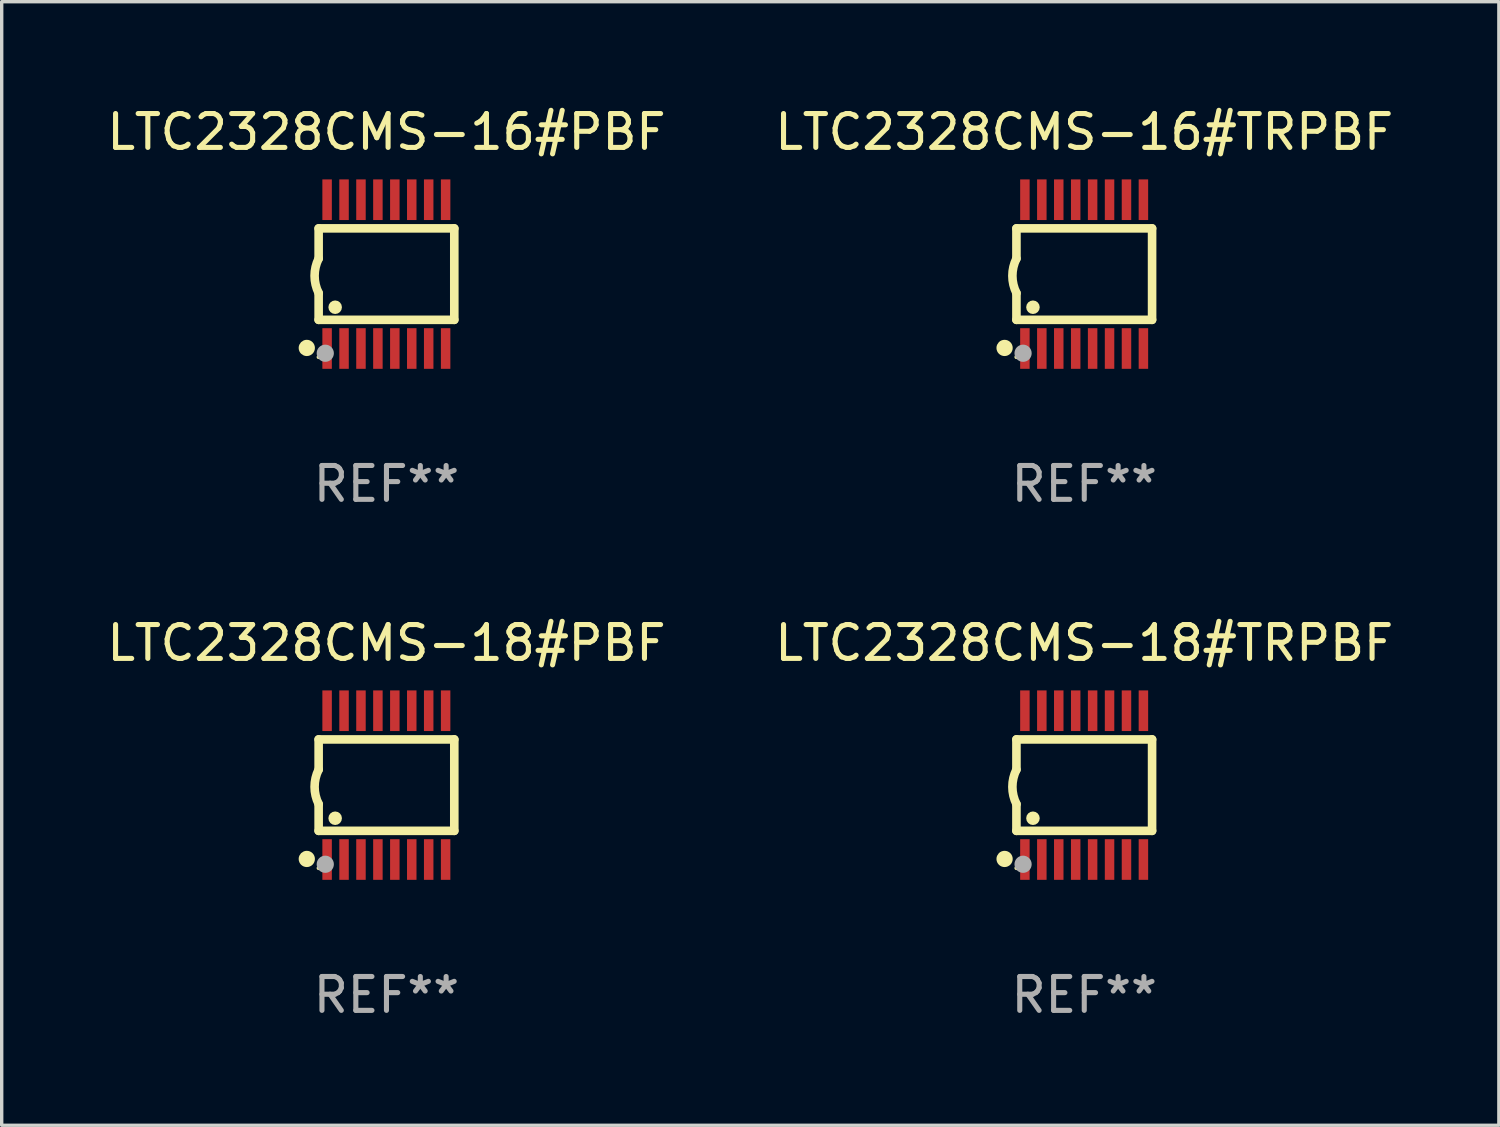
<source format=kicad_pcb>
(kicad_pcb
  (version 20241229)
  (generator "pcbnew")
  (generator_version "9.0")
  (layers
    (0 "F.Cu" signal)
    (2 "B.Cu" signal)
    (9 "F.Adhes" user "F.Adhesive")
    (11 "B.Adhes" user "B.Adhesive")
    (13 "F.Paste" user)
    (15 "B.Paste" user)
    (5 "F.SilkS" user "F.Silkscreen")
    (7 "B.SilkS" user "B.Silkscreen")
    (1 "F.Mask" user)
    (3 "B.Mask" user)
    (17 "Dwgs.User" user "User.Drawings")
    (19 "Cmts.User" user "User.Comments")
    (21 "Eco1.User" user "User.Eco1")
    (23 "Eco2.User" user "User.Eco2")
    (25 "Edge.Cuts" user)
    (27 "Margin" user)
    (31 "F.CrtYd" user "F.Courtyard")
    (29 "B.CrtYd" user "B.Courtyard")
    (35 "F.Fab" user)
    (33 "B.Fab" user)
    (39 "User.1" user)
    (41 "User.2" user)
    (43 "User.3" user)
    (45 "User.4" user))
  (footprint "LTC2328CMS-16#PBF"
    (layer "F.Cu")
    (at 8.363 5.045)
    (property "Reference" "LTC2328CMS-16#PBF" (at 0 -4.197 0) (layer "F.SilkS") (effects (font (size 1 1) (thickness 0.15))))
    (attr through_hole)
    (fp_line (start -2.003 -1.35) (end -2.003 -0.457) (stroke (width 0.254) (type solid)) (layer "F.SilkS"))
    (fp_line (start -2.003 -1.35) (end 2.003 -1.35) (stroke (width 0.254) (type solid)) (layer "F.SilkS"))
    (fp_line (start -2.003 1.35) (end -2.003 0.559) (stroke (width 0.254) (type solid)) (layer "F.SilkS"))
    (fp_line (start -2.003 1.35) (end 2.003 1.35) (stroke (width 0.254) (type solid)) (layer "F.SilkS"))
    (fp_line (start 2.003 -1.35) (end 2.003 1.35) (stroke (width 0.254) (type solid)) (layer "F.SilkS"))
    (fp_arc (start -2.002286 0.558802) (mid -2.122556 0.05092) (end -2.003302 -0.457201) (stroke (width 0.254001) (type solid)) (layer "F.SilkS"))
    (fp_circle (center -2.353 2.18) (end -2.233 2.18) (stroke (width 0.24) (type solid)) (fill no) (layer "F.SilkS"))
    (fp_circle (center -2.003 2.45) (end -1.973 2.45) (stroke (width 0.06) (type solid)) (fill no) (layer "F.SilkS"))
    (fp_circle (center -1.515 0.978) (end -1.415 0.978) (stroke (width 0.2) (type solid)) (fill no) (layer "F.SilkS"))
    (fp_circle (center -1.807 2.337) (end -1.68 2.337) (stroke (width 0.254) (type solid)) (fill no) (layer "F.Fab"))
    (fp_text user "REF**" (at 0 6.197 0) (layer "F.Fab") (effects (font (size 1 1) (thickness 0.15))))
    (pad "1" smd rect (at -1.753 2.197 90) (size 1.2 0.28) (layers "F.Cu" "F.Mask" "F.Paste"))
    (pad "2" smd rect (at -1.253 2.197 90) (size 1.2 0.28) (layers "F.Cu" "F.Mask" "F.Paste"))
    (pad "3" smd rect (at -0.753 2.197 90) (size 1.2 0.28) (layers "F.Cu" "F.Mask" "F.Paste"))
    (pad "4" smd rect (at -0.253 2.197 90) (size 1.2 0.28) (layers "F.Cu" "F.Mask" "F.Paste"))
    (pad "5" smd rect (at 0.247 2.197 90) (size 1.2 0.28) (layers "F.Cu" "F.Mask" "F.Paste"))
    (pad "6" smd rect (at 0.747 2.197 90) (size 1.2 0.28) (layers "F.Cu" "F.Mask" "F.Paste"))
    (pad "7" smd rect (at 1.247 2.197 90) (size 1.2 0.28) (layers "F.Cu" "F.Mask" "F.Paste"))
    (pad "8" smd rect (at 1.747 2.197 90) (size 1.2 0.28) (layers "F.Cu" "F.Mask" "F.Paste"))
    (pad "9" smd rect (at 1.747 -2.197 90) (size 1.2 0.28) (layers "F.Cu" "F.Mask" "F.Paste"))
    (pad "10" smd rect (at 1.247 -2.197 90) (size 1.2 0.28) (layers "F.Cu" "F.Mask" "F.Paste"))
    (pad "11" smd rect (at 0.747 -2.197 90) (size 1.2 0.28) (layers "F.Cu" "F.Mask" "F.Paste"))
    (pad "12" smd rect (at 0.247 -2.197 90) (size 1.2 0.28) (layers "F.Cu" "F.Mask" "F.Paste"))
    (pad "13" smd rect (at -0.253 -2.197 90) (size 1.2 0.28) (layers "F.Cu" "F.Mask" "F.Paste"))
    (pad "14" smd rect (at -0.753 -2.197 90) (size 1.2 0.28) (layers "F.Cu" "F.Mask" "F.Paste"))
    (pad "15" smd rect (at -1.253 -2.197 90) (size 1.2 0.28) (layers "F.Cu" "F.Mask" "F.Paste"))
    (pad "16" smd rect (at -1.753 -2.197 90) (size 1.2 0.28) (layers "F.Cu" "F.Mask" "F.Paste")))
  (footprint "LTC2328CMS-16#TRPBF"
    (layer "F.Cu")
    (at 28.97 5.045)
    (property "Reference" "LTC2328CMS-16#TRPBF" (at 0 -4.197 0) (layer "F.SilkS") (effects (font (size 1 1) (thickness 0.15))))
    (attr through_hole)
    (fp_line (start -2.003 -1.35) (end -2.003 -0.457) (stroke (width 0.254) (type solid)) (layer "F.SilkS"))
    (fp_line (start -2.003 -1.35) (end 2.003 -1.35) (stroke (width 0.254) (type solid)) (layer "F.SilkS"))
    (fp_line (start -2.003 1.35) (end -2.003 0.559) (stroke (width 0.254) (type solid)) (layer "F.SilkS"))
    (fp_line (start -2.003 1.35) (end 2.003 1.35) (stroke (width 0.254) (type solid)) (layer "F.SilkS"))
    (fp_line (start 2.003 -1.35) (end 2.003 1.35) (stroke (width 0.254) (type solid)) (layer "F.SilkS"))
    (fp_arc (start -2.002286 0.558802) (mid -2.122556 0.05092) (end -2.003302 -0.457201) (stroke (width 0.254001) (type solid)) (layer "F.SilkS"))
    (fp_circle (center -2.353 2.18) (end -2.233 2.18) (stroke (width 0.24) (type solid)) (fill no) (layer "F.SilkS"))
    (fp_circle (center -2.003 2.45) (end -1.973 2.45) (stroke (width 0.06) (type solid)) (fill no) (layer "F.SilkS"))
    (fp_circle (center -1.515 0.978) (end -1.415 0.978) (stroke (width 0.2) (type solid)) (fill no) (layer "F.SilkS"))
    (fp_circle (center -1.807 2.337) (end -1.68 2.337) (stroke (width 0.254) (type solid)) (fill no) (layer "F.Fab"))
    (fp_text user "REF**" (at 0 6.197 0) (layer "F.Fab") (effects (font (size 1 1) (thickness 0.15))))
    (pad "1" smd rect (at -1.753 2.197 90) (size 1.2 0.28) (layers "F.Cu" "F.Mask" "F.Paste"))
    (pad "2" smd rect (at -1.253 2.197 90) (size 1.2 0.28) (layers "F.Cu" "F.Mask" "F.Paste"))
    (pad "3" smd rect (at -0.753 2.197 90) (size 1.2 0.28) (layers "F.Cu" "F.Mask" "F.Paste"))
    (pad "4" smd rect (at -0.253 2.197 90) (size 1.2 0.28) (layers "F.Cu" "F.Mask" "F.Paste"))
    (pad "5" smd rect (at 0.247 2.197 90) (size 1.2 0.28) (layers "F.Cu" "F.Mask" "F.Paste"))
    (pad "6" smd rect (at 0.747 2.197 90) (size 1.2 0.28) (layers "F.Cu" "F.Mask" "F.Paste"))
    (pad "7" smd rect (at 1.247 2.197 90) (size 1.2 0.28) (layers "F.Cu" "F.Mask" "F.Paste"))
    (pad "8" smd rect (at 1.747 2.197 90) (size 1.2 0.28) (layers "F.Cu" "F.Mask" "F.Paste"))
    (pad "9" smd rect (at 1.747 -2.197 90) (size 1.2 0.28) (layers "F.Cu" "F.Mask" "F.Paste"))
    (pad "10" smd rect (at 1.247 -2.197 90) (size 1.2 0.28) (layers "F.Cu" "F.Mask" "F.Paste"))
    (pad "11" smd rect (at 0.747 -2.197 90) (size 1.2 0.28) (layers "F.Cu" "F.Mask" "F.Paste"))
    (pad "12" smd rect (at 0.247 -2.197 90) (size 1.2 0.28) (layers "F.Cu" "F.Mask" "F.Paste"))
    (pad "13" smd rect (at -0.253 -2.197 90) (size 1.2 0.28) (layers "F.Cu" "F.Mask" "F.Paste"))
    (pad "14" smd rect (at -0.753 -2.197 90) (size 1.2 0.28) (layers "F.Cu" "F.Mask" "F.Paste"))
    (pad "15" smd rect (at -1.253 -2.197 90) (size 1.2 0.28) (layers "F.Cu" "F.Mask" "F.Paste"))
    (pad "16" smd rect (at -1.753 -2.197 90) (size 1.2 0.28) (layers "F.Cu" "F.Mask" "F.Paste")))
  (footprint "LTC2328CMS-18#TRPBF"
    (layer "F.Cu")
    (at 28.97 20.136)
    (property "Reference" "LTC2328CMS-18#TRPBF" (at 0 -4.197 0) (layer "F.SilkS") (effects (font (size 1 1) (thickness 0.15))))
    (attr through_hole)
    (fp_line (start -2.003 -1.35) (end -2.003 -0.457) (stroke (width 0.254) (type solid)) (layer "F.SilkS"))
    (fp_line (start -2.003 -1.35) (end 2.003 -1.35) (stroke (width 0.254) (type solid)) (layer "F.SilkS"))
    (fp_line (start -2.003 1.35) (end -2.003 0.559) (stroke (width 0.254) (type solid)) (layer "F.SilkS"))
    (fp_line (start -2.003 1.35) (end 2.003 1.35) (stroke (width 0.254) (type solid)) (layer "F.SilkS"))
    (fp_line (start 2.003 -1.35) (end 2.003 1.35) (stroke (width 0.254) (type solid)) (layer "F.SilkS"))
    (fp_arc (start -2.002286 0.558802) (mid -2.122556 0.05092) (end -2.003302 -0.457201) (stroke (width 0.254001) (type solid)) (layer "F.SilkS"))
    (fp_circle (center -2.353 2.18) (end -2.233 2.18) (stroke (width 0.24) (type solid)) (fill no) (layer "F.SilkS"))
    (fp_circle (center -2.003 2.45) (end -1.973 2.45) (stroke (width 0.06) (type solid)) (fill no) (layer "F.SilkS"))
    (fp_circle (center -1.515 0.978) (end -1.415 0.978) (stroke (width 0.2) (type solid)) (fill no) (layer "F.SilkS"))
    (fp_circle (center -1.807 2.337) (end -1.68 2.337) (stroke (width 0.254) (type solid)) (fill no) (layer "F.Fab"))
    (fp_text user "REF**" (at 0 6.197 0) (layer "F.Fab") (effects (font (size 1 1) (thickness 0.15))))
    (pad "1" smd rect (at -1.753 2.197 90) (size 1.2 0.28) (layers "F.Cu" "F.Mask" "F.Paste"))
    (pad "2" smd rect (at -1.253 2.197 90) (size 1.2 0.28) (layers "F.Cu" "F.Mask" "F.Paste"))
    (pad "3" smd rect (at -0.753 2.197 90) (size 1.2 0.28) (layers "F.Cu" "F.Mask" "F.Paste"))
    (pad "4" smd rect (at -0.253 2.197 90) (size 1.2 0.28) (layers "F.Cu" "F.Mask" "F.Paste"))
    (pad "5" smd rect (at 0.247 2.197 90) (size 1.2 0.28) (layers "F.Cu" "F.Mask" "F.Paste"))
    (pad "6" smd rect (at 0.747 2.197 90) (size 1.2 0.28) (layers "F.Cu" "F.Mask" "F.Paste"))
    (pad "7" smd rect (at 1.247 2.197 90) (size 1.2 0.28) (layers "F.Cu" "F.Mask" "F.Paste"))
    (pad "8" smd rect (at 1.747 2.197 90) (size 1.2 0.28) (layers "F.Cu" "F.Mask" "F.Paste"))
    (pad "9" smd rect (at 1.747 -2.197 90) (size 1.2 0.28) (layers "F.Cu" "F.Mask" "F.Paste"))
    (pad "10" smd rect (at 1.247 -2.197 90) (size 1.2 0.28) (layers "F.Cu" "F.Mask" "F.Paste"))
    (pad "11" smd rect (at 0.747 -2.197 90) (size 1.2 0.28) (layers "F.Cu" "F.Mask" "F.Paste"))
    (pad "12" smd rect (at 0.247 -2.197 90) (size 1.2 0.28) (layers "F.Cu" "F.Mask" "F.Paste"))
    (pad "13" smd rect (at -0.253 -2.197 90) (size 1.2 0.28) (layers "F.Cu" "F.Mask" "F.Paste"))
    (pad "14" smd rect (at -0.753 -2.197 90) (size 1.2 0.28) (layers "F.Cu" "F.Mask" "F.Paste"))
    (pad "15" smd rect (at -1.253 -2.197 90) (size 1.2 0.28) (layers "F.Cu" "F.Mask" "F.Paste"))
    (pad "16" smd rect (at -1.753 -2.197 90) (size 1.2 0.28) (layers "F.Cu" "F.Mask" "F.Paste")))
  (footprint "LTC2328CMS-18#PBF"
    (layer "F.Cu")
    (at 8.363 20.136)
    (property "Reference" "LTC2328CMS-18#PBF" (at 0 -4.197 0) (layer "F.SilkS") (effects (font (size 1 1) (thickness 0.15))))
    (attr through_hole)
    (fp_line (start -2.003 -1.35) (end -2.003 -0.457) (stroke (width 0.254) (type solid)) (layer "F.SilkS"))
    (fp_line (start -2.003 -1.35) (end 2.003 -1.35) (stroke (width 0.254) (type solid)) (layer "F.SilkS"))
    (fp_line (start -2.003 1.35) (end -2.003 0.559) (stroke (width 0.254) (type solid)) (layer "F.SilkS"))
    (fp_line (start -2.003 1.35) (end 2.003 1.35) (stroke (width 0.254) (type solid)) (layer "F.SilkS"))
    (fp_line (start 2.003 -1.35) (end 2.003 1.35) (stroke (width 0.254) (type solid)) (layer "F.SilkS"))
    (fp_arc (start -2.002286 0.558802) (mid -2.122556 0.05092) (end -2.003302 -0.457201) (stroke (width 0.254001) (type solid)) (layer "F.SilkS"))
    (fp_circle (center -2.353 2.18) (end -2.233 2.18) (stroke (width 0.24) (type solid)) (fill no) (layer "F.SilkS"))
    (fp_circle (center -2.003 2.45) (end -1.973 2.45) (stroke (width 0.06) (type solid)) (fill no) (layer "F.SilkS"))
    (fp_circle (center -1.515 0.978) (end -1.415 0.978) (stroke (width 0.2) (type solid)) (fill no) (layer "F.SilkS"))
    (fp_circle (center -1.807 2.337) (end -1.68 2.337) (stroke (width 0.254) (type solid)) (fill no) (layer "F.Fab"))
    (fp_text user "REF**" (at 0 6.197 0) (layer "F.Fab") (effects (font (size 1 1) (thickness 0.15))))
    (pad "1" smd rect (at -1.753 2.197 90) (size 1.2 0.28) (layers "F.Cu" "F.Mask" "F.Paste"))
    (pad "2" smd rect (at -1.253 2.197 90) (size 1.2 0.28) (layers "F.Cu" "F.Mask" "F.Paste"))
    (pad "3" smd rect (at -0.753 2.197 90) (size 1.2 0.28) (layers "F.Cu" "F.Mask" "F.Paste"))
    (pad "4" smd rect (at -0.253 2.197 90) (size 1.2 0.28) (layers "F.Cu" "F.Mask" "F.Paste"))
    (pad "5" smd rect (at 0.247 2.197 90) (size 1.2 0.28) (layers "F.Cu" "F.Mask" "F.Paste"))
    (pad "6" smd rect (at 0.747 2.197 90) (size 1.2 0.28) (layers "F.Cu" "F.Mask" "F.Paste"))
    (pad "7" smd rect (at 1.247 2.197 90) (size 1.2 0.28) (layers "F.Cu" "F.Mask" "F.Paste"))
    (pad "8" smd rect (at 1.747 2.197 90) (size 1.2 0.28) (layers "F.Cu" "F.Mask" "F.Paste"))
    (pad "9" smd rect (at 1.747 -2.197 90) (size 1.2 0.28) (layers "F.Cu" "F.Mask" "F.Paste"))
    (pad "10" smd rect (at 1.247 -2.197 90) (size 1.2 0.28) (layers "F.Cu" "F.Mask" "F.Paste"))
    (pad "11" smd rect (at 0.747 -2.197 90) (size 1.2 0.28) (layers "F.Cu" "F.Mask" "F.Paste"))
    (pad "12" smd rect (at 0.247 -2.197 90) (size 1.2 0.28) (layers "F.Cu" "F.Mask" "F.Paste"))
    (pad "13" smd rect (at -0.253 -2.197 90) (size 1.2 0.28) (layers "F.Cu" "F.Mask" "F.Paste"))
    (pad "14" smd rect (at -0.753 -2.197 90) (size 1.2 0.28) (layers "F.Cu" "F.Mask" "F.Paste"))
    (pad "15" smd rect (at -1.253 -2.197 90) (size 1.2 0.28) (layers "F.Cu" "F.Mask" "F.Paste"))
    (pad "16" smd rect (at -1.753 -2.197 90) (size 1.2 0.28) (layers "F.Cu" "F.Mask" "F.Paste")))
  (gr_rect
    (start -3 -3)
    (end 41.214 30.181)
    (stroke (width 0.1) (type default))
    (fill no)
    (layer "Edge.Cuts")))
</source>
